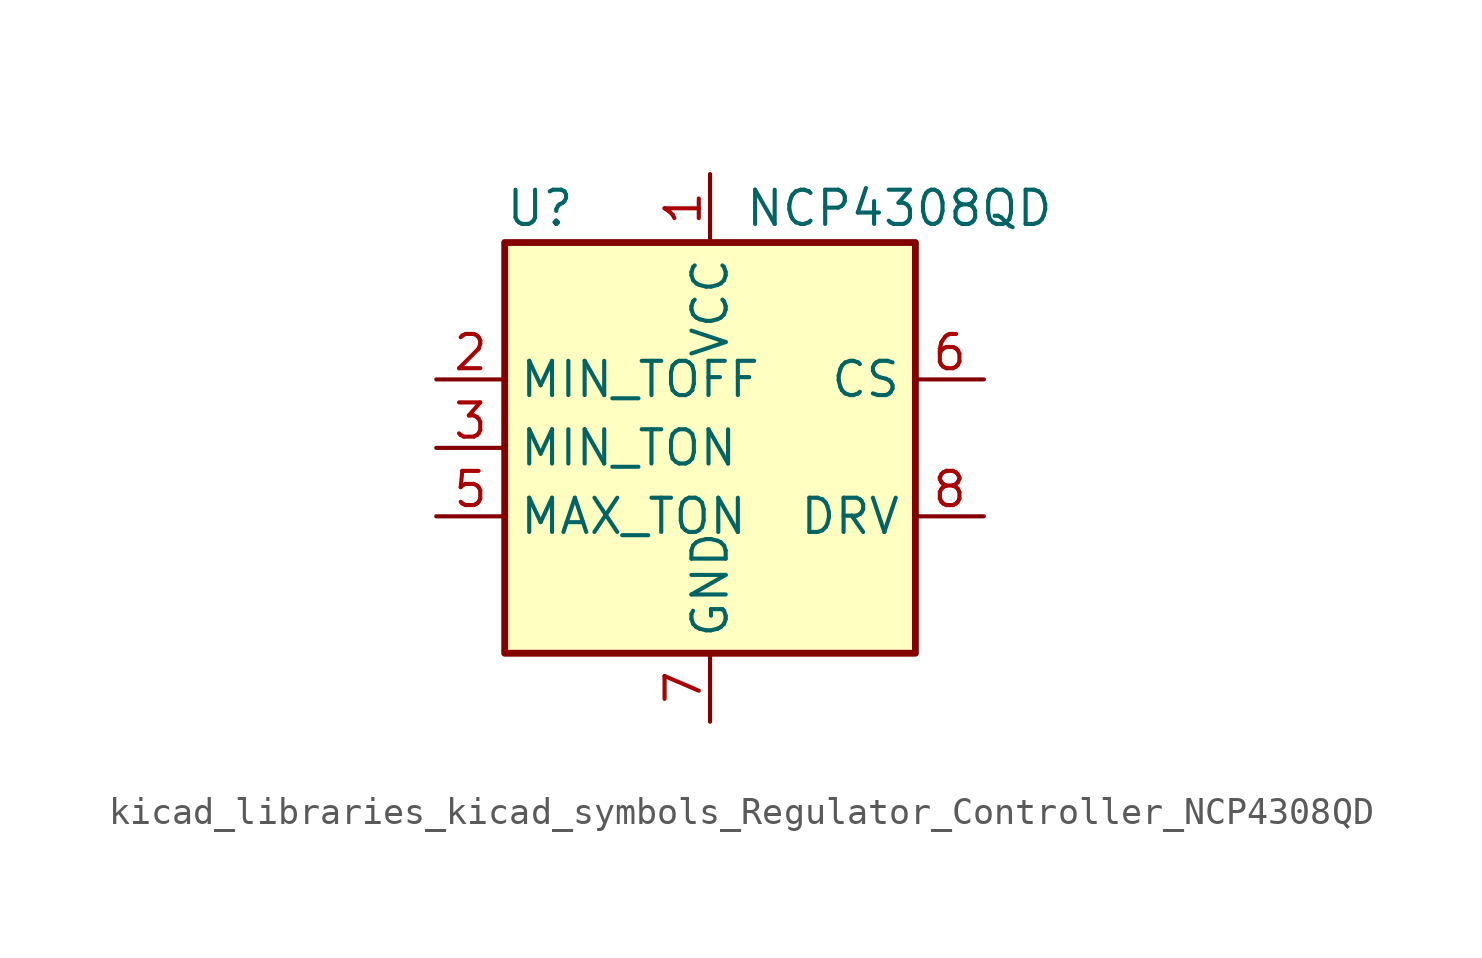
<source format=kicad_sym>
(kicad_symbol_lib
  (version 20220914)
  (generator kicad_symbol_editor)
  (symbol "kicad_libraries_kicad_symbols_Regulator_Controller_NCP4308QD"
    (property "Reference" "U"
      (at -7.62 8.89 0)
      (effects (font (size 1.27 1.27)) (justify left)))
    (property "Value" "NCP4308QD"
      (at 1.27 8.89 0)
      (effects (font (size 1.27 1.27)) (justify left)))
    (symbol "kicad_libraries_kicad_symbols_Regulator_Controller_NCP4308QD_0_1"
      (rectangle (start -7.62 7.62) (end 7.62 -7.62) (stroke (width 0.254) (type default)) (fill (type background))))
    (symbol "kicad_libraries_kicad_symbols_Regulator_Controller_NCP4308QD_1_1"
      (pin power_in line (at 0 10.16 270) (length 2.54) (name "VCC" (effects (font (size 1.27 1.27)))) (number "1" (effects (font (size 1.27 1.27)))))
      (pin passive line (at -10.16 2.54 0) (length 2.54) (name "MIN_TOFF" (effects (font (size 1.27 1.27)))) (number "2" (effects (font (size 1.27 1.27)))))
      (pin passive line (at -10.16 0 0) (length 2.54) (name "MIN_TON" (effects (font (size 1.27 1.27)))) (number "3" (effects (font (size 1.27 1.27)))))
      (pin no_connect line (at 7.62 -5.08 180) (length 2.54) hide (name "NC" (effects (font (size 1.27 1.27)))) (number "4" (effects (font (size 1.27 1.27)))))
      (pin passive line (at -10.16 -2.54 0) (length 2.54) (name "MAX_TON" (effects (font (size 1.27 1.27)))) (number "5" (effects (font (size 1.27 1.27)))))
      (pin input line (at 10.16 2.54 180) (length 2.54) (name "CS" (effects (font (size 1.27 1.27)))) (number "6" (effects (font (size 1.27 1.27)))))
      (pin power_in line (at 0 -10.16 90) (length 2.54) (name "GND" (effects (font (size 1.27 1.27)))) (number "7" (effects (font (size 1.27 1.27)))))
      (pin output line (at 10.16 -2.54 180) (length 2.54) (name "DRV" (effects (font (size 1.27 1.27)))) (number "8" (effects (font (size 1.27 1.27))))))))
</source>
